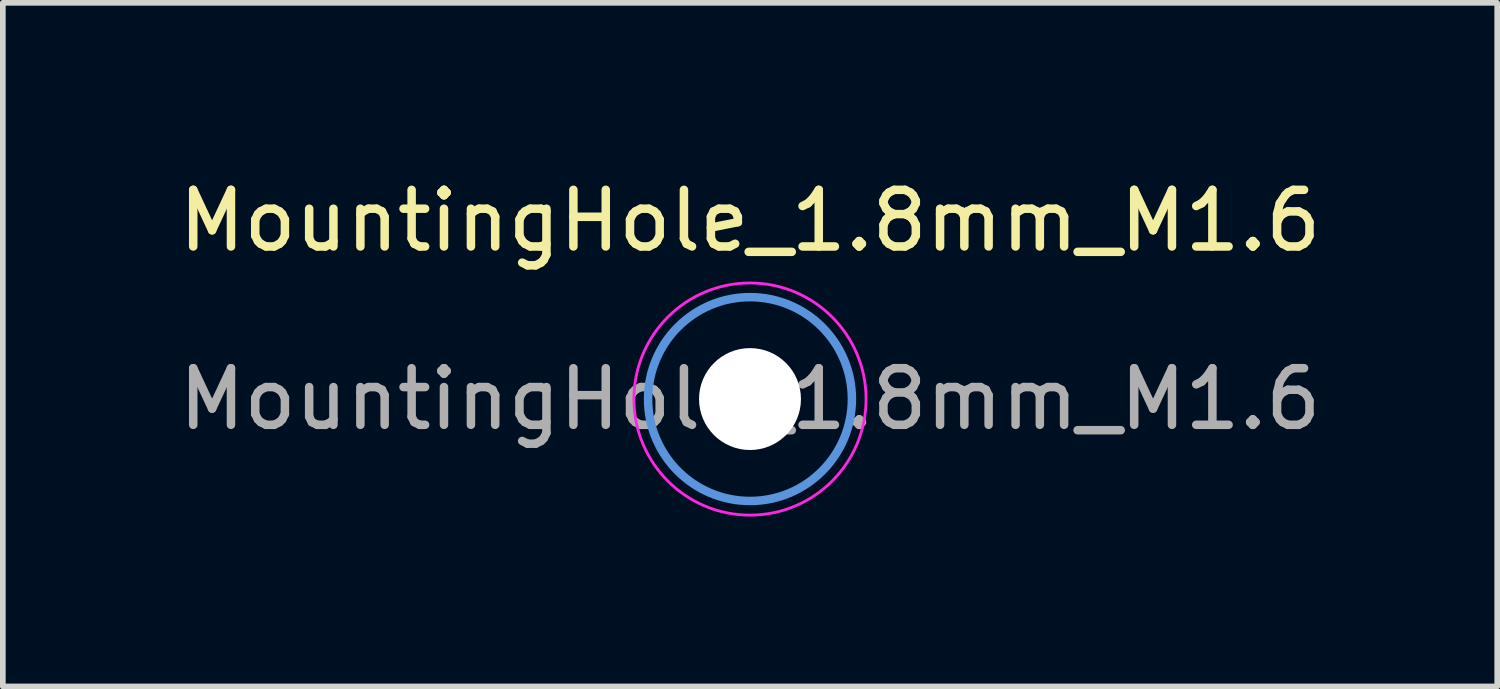
<source format=kicad_pcb>
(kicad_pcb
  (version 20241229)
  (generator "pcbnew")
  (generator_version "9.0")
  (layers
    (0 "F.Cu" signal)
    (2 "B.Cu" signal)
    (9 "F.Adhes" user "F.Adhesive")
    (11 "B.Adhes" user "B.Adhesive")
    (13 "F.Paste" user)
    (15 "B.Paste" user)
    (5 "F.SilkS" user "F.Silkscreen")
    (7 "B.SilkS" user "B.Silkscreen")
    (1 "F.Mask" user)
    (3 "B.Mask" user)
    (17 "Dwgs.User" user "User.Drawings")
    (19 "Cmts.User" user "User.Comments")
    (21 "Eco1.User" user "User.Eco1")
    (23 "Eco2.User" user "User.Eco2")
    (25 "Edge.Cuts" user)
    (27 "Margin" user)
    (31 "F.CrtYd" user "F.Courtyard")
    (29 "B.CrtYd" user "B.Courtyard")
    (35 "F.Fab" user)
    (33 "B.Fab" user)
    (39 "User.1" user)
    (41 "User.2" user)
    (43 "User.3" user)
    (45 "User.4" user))
  (footprint "MountingHole_1.8mm_M1.6"
    (layer "F.Cu")
    (at 10.196 3.998)
    (property "Reference" "MountingHole_1.8mm_M1.6" (at 0 -3.15 0) (layer "F.SilkS") (effects (font (size 1 1) (thickness 0.15))))
    (attr exclude_from_pos_files exclude_from_bom)
    (fp_circle (center 0 0) (end 1.8 0) (stroke (width 0.15) (type solid)) (fill no) (layer "Cmts.User"))
    (fp_circle (center 0 0) (end 2.05 0) (stroke (width 0.05) (type solid)) (fill no) (layer "F.CrtYd"))
    (fp_text user "${REFERENCE}" (at 0 0 0) (layer "F.Fab") (effects (font (size 1 1) (thickness 0.15))))
    (pad "" np_thru_hole circle (at 0 0) (size 1.8 1.8) (drill 1.8) (layers "*.Cu" "*.Mask")))
  (gr_rect
    (start -3 -3)
    (end 23.393 9.073)
    (stroke (width 0.1) (type default))
    (fill no)
    (layer "Edge.Cuts")))
</source>
